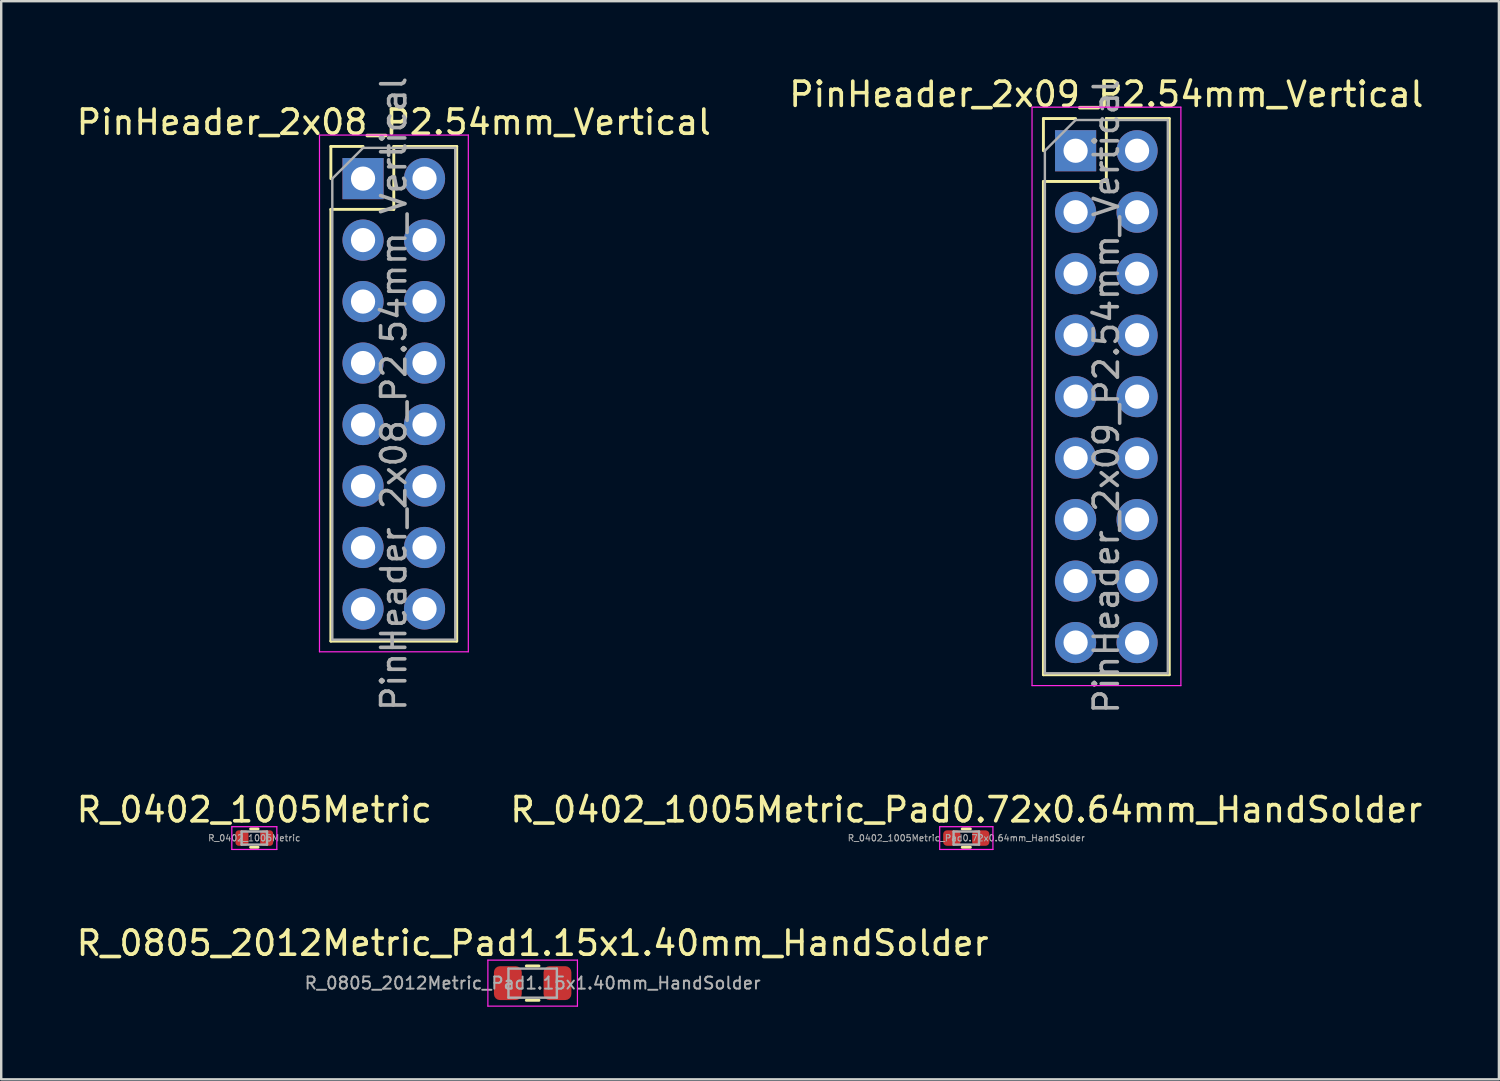
<source format=kicad_pcb>
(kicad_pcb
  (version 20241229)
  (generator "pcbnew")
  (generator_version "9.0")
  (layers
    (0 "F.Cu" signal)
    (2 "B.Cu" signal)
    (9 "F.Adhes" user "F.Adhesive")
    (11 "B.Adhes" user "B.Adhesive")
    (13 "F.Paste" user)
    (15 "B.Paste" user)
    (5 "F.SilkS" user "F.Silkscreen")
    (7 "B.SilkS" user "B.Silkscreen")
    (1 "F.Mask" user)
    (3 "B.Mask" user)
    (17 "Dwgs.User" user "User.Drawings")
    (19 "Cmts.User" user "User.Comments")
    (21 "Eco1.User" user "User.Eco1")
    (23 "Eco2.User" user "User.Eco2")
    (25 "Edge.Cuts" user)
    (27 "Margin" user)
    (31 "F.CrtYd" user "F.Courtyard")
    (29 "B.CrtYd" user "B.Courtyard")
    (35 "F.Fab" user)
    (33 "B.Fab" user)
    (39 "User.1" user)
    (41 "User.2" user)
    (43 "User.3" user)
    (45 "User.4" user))
  (footprint "PinHeader_2x09_P2.54mm_Vertical"
    (layer "F.Cu")
    (at 41.391 3.178)
    (property "Reference" "PinHeader_2x09_P2.54mm_Vertical" (at 1.27 -2.33 0) (layer "F.SilkS") (effects (font (size 1 1) (thickness 0.15))))
    (attr through_hole)
    (fp_line (start -1.33 -1.33) (end 0 -1.33) (stroke (width 0.12) (type solid)) (layer "F.SilkS"))
    (fp_line (start -1.33 0) (end -1.33 -1.33) (stroke (width 0.12) (type solid)) (layer "F.SilkS"))
    (fp_line (start -1.33 1.27) (end -1.33 21.65) (stroke (width 0.12) (type solid)) (layer "F.SilkS"))
    (fp_line (start -1.33 1.27) (end 1.27 1.27) (stroke (width 0.12) (type solid)) (layer "F.SilkS"))
    (fp_line (start -1.33 21.65) (end 3.87 21.65) (stroke (width 0.12) (type solid)) (layer "F.SilkS"))
    (fp_line (start 1.27 -1.33) (end 3.87 -1.33) (stroke (width 0.12) (type solid)) (layer "F.SilkS"))
    (fp_line (start 1.27 1.27) (end 1.27 -1.33) (stroke (width 0.12) (type solid)) (layer "F.SilkS"))
    (fp_line (start 3.87 -1.33) (end 3.87 21.65) (stroke (width 0.12) (type solid)) (layer "F.SilkS"))
    (fp_line (start -1.8 -1.8) (end -1.8 22.1) (stroke (width 0.05) (type solid)) (layer "F.CrtYd"))
    (fp_line (start -1.8 22.1) (end 4.35 22.1) (stroke (width 0.05) (type solid)) (layer "F.CrtYd"))
    (fp_line (start 4.35 -1.8) (end -1.8 -1.8) (stroke (width 0.05) (type solid)) (layer "F.CrtYd"))
    (fp_line (start 4.35 22.1) (end 4.35 -1.8) (stroke (width 0.05) (type solid)) (layer "F.CrtYd"))
    (fp_line (start -1.27 0) (end 0 -1.27) (stroke (width 0.1) (type solid)) (layer "F.Fab"))
    (fp_line (start -1.27 21.59) (end -1.27 0) (stroke (width 0.1) (type solid)) (layer "F.Fab"))
    (fp_line (start 0 -1.27) (end 3.81 -1.27) (stroke (width 0.1) (type solid)) (layer "F.Fab"))
    (fp_line (start 3.81 -1.27) (end 3.81 21.59) (stroke (width 0.1) (type solid)) (layer "F.Fab"))
    (fp_line (start 3.81 21.59) (end -1.27 21.59) (stroke (width 0.1) (type solid)) (layer "F.Fab"))
    (fp_text user "${REFERENCE}" (at 1.27 10.16 90) (layer "F.Fab") (effects (font (size 1 1) (thickness 0.15))))
    (pad "1" thru_hole rect (at 0 0) (size 1.7 1.7) (drill 1) (layers "*.Cu" "*.Mask"))
    (pad "2" thru_hole oval (at 2.54 0) (size 1.7 1.7) (drill 1) (layers "*.Cu" "*.Mask"))
    (pad "3" thru_hole oval (at 0 2.54) (size 1.7 1.7) (drill 1) (layers "*.Cu" "*.Mask"))
    (pad "4" thru_hole oval (at 2.54 2.54) (size 1.7 1.7) (drill 1) (layers "*.Cu" "*.Mask"))
    (pad "5" thru_hole oval (at 0 5.08) (size 1.7 1.7) (drill 1) (layers "*.Cu" "*.Mask"))
    (pad "6" thru_hole oval (at 2.54 5.08) (size 1.7 1.7) (drill 1) (layers "*.Cu" "*.Mask"))
    (pad "7" thru_hole oval (at 0 7.62) (size 1.7 1.7) (drill 1) (layers "*.Cu" "*.Mask"))
    (pad "8" thru_hole oval (at 2.54 7.62) (size 1.7 1.7) (drill 1) (layers "*.Cu" "*.Mask"))
    (pad "9" thru_hole oval (at 0 10.16) (size 1.7 1.7) (drill 1) (layers "*.Cu" "*.Mask"))
    (pad "10" thru_hole oval (at 2.54 10.16) (size 1.7 1.7) (drill 1) (layers "*.Cu" "*.Mask"))
    (pad "11" thru_hole oval (at 0 12.7) (size 1.7 1.7) (drill 1) (layers "*.Cu" "*.Mask"))
    (pad "12" thru_hole oval (at 2.54 12.7) (size 1.7 1.7) (drill 1) (layers "*.Cu" "*.Mask"))
    (pad "13" thru_hole oval (at 0 15.24) (size 1.7 1.7) (drill 1) (layers "*.Cu" "*.Mask"))
    (pad "14" thru_hole oval (at 2.54 15.24) (size 1.7 1.7) (drill 1) (layers "*.Cu" "*.Mask"))
    (pad "15" thru_hole oval (at 0 17.78) (size 1.7 1.7) (drill 1) (layers "*.Cu" "*.Mask"))
    (pad "16" thru_hole oval (at 2.54 17.78) (size 1.7 1.7) (drill 1) (layers "*.Cu" "*.Mask"))
    (pad "17" thru_hole oval (at 0 20.32) (size 1.7 1.7) (drill 1) (layers "*.Cu" "*.Mask"))
    (pad "18" thru_hole oval (at 2.54 20.32) (size 1.7 1.7) (drill 1) (layers "*.Cu" "*.Mask")))
  (footprint "R_0402_1005Metric_Pad0.72x0.64mm_HandSolder"
    (layer "F.Cu")
    (at 36.875 31.577)
    (property "Reference" "R_0402_1005Metric_Pad0.72x0.64mm_HandSolder" (at 0 -1.17 0) (layer "F.SilkS") (effects (font (size 1 1) (thickness 0.15))))
    (attr smd)
    (fp_line (start -0.168 -0.38) (end 0.168 -0.38) (stroke (width 0.12) (type solid)) (layer "F.SilkS"))
    (fp_line (start -0.168 0.38) (end 0.168 0.38) (stroke (width 0.12) (type solid)) (layer "F.SilkS"))
    (fp_line (start -1.1 -0.47) (end 1.1 -0.47) (stroke (width 0.05) (type solid)) (layer "F.CrtYd"))
    (fp_line (start -1.1 0.47) (end -1.1 -0.47) (stroke (width 0.05) (type solid)) (layer "F.CrtYd"))
    (fp_line (start 1.1 -0.47) (end 1.1 0.47) (stroke (width 0.05) (type solid)) (layer "F.CrtYd"))
    (fp_line (start 1.1 0.47) (end -1.1 0.47) (stroke (width 0.05) (type solid)) (layer "F.CrtYd"))
    (fp_line (start -0.525 -0.27) (end 0.525 -0.27) (stroke (width 0.1) (type solid)) (layer "F.Fab"))
    (fp_line (start -0.525 0.27) (end -0.525 -0.27) (stroke (width 0.1) (type solid)) (layer "F.Fab"))
    (fp_line (start 0.525 -0.27) (end 0.525 0.27) (stroke (width 0.1) (type solid)) (layer "F.Fab"))
    (fp_line (start 0.525 0.27) (end -0.525 0.27) (stroke (width 0.1) (type solid)) (layer "F.Fab"))
    (fp_text user "${REFERENCE}" (at 0 0 0) (layer "F.Fab") (effects (font (size 0.26 0.26) (thickness 0.04))))
    (pad "1" smd roundrect (at -0.598 0) (size 0.715 0.64) (layers "F.Cu" "F.Mask" "F.Paste") (roundrect_rratio 0.25))
    (pad "2" smd roundrect (at 0.598 0) (size 0.715 0.64) (layers "F.Cu" "F.Mask" "F.Paste") (roundrect_rratio 0.25)))
  (footprint "R_0402_1005Metric"
    (layer "F.Cu")
    (at 7.458 31.577)
    (property "Reference" "R_0402_1005Metric" (at 0 -1.17 180) (layer "F.SilkS") (effects (font (size 1 1) (thickness 0.15))))
    (attr smd)
    (fp_line (start -0.154 -0.38) (end 0.154 -0.38) (stroke (width 0.12) (type solid)) (layer "F.SilkS"))
    (fp_line (start -0.154 0.38) (end 0.154 0.38) (stroke (width 0.12) (type solid)) (layer "F.SilkS"))
    (fp_line (start -0.93 -0.47) (end 0.93 -0.47) (stroke (width 0.05) (type solid)) (layer "F.CrtYd"))
    (fp_line (start -0.93 0.47) (end -0.93 -0.47) (stroke (width 0.05) (type solid)) (layer "F.CrtYd"))
    (fp_line (start 0.93 -0.47) (end 0.93 0.47) (stroke (width 0.05) (type solid)) (layer "F.CrtYd"))
    (fp_line (start 0.93 0.47) (end -0.93 0.47) (stroke (width 0.05) (type solid)) (layer "F.CrtYd"))
    (fp_line (start -0.525 -0.27) (end 0.525 -0.27) (stroke (width 0.1) (type solid)) (layer "F.Fab"))
    (fp_line (start -0.525 0.27) (end -0.525 -0.27) (stroke (width 0.1) (type solid)) (layer "F.Fab"))
    (fp_line (start 0.525 -0.27) (end 0.525 0.27) (stroke (width 0.1) (type solid)) (layer "F.Fab"))
    (fp_line (start 0.525 0.27) (end -0.525 0.27) (stroke (width 0.1) (type solid)) (layer "F.Fab"))
    (fp_text user "${REFERENCE}" (at 0 0 180) (layer "F.Fab") (effects (font (size 0.26 0.26) (thickness 0.04))))
    (pad "1" smd roundrect (at -0.51 0) (size 0.54 0.64) (layers "F.Cu" "F.Mask" "F.Paste") (roundrect_rratio 0.25))
    (pad "2" smd roundrect (at 0.51 0) (size 0.54 0.64) (layers "F.Cu" "F.Mask" "F.Paste") (roundrect_rratio 0.25)))
  (footprint "PinHeader_2x08_P2.54mm_Vertical"
    (layer "F.Cu")
    (at 11.95 4.33)
    (property "Reference" "PinHeader_2x08_P2.54mm_Vertical" (at 1.27 -2.33 0) (layer "F.SilkS") (effects (font (size 1 1) (thickness 0.15))))
    (attr through_hole)
    (fp_line (start -1.33 -1.33) (end 0 -1.33) (stroke (width 0.12) (type solid)) (layer "F.SilkS"))
    (fp_line (start -1.33 0) (end -1.33 -1.33) (stroke (width 0.12) (type solid)) (layer "F.SilkS"))
    (fp_line (start -1.33 1.27) (end -1.33 19.11) (stroke (width 0.12) (type solid)) (layer "F.SilkS"))
    (fp_line (start -1.33 1.27) (end 1.27 1.27) (stroke (width 0.12) (type solid)) (layer "F.SilkS"))
    (fp_line (start -1.33 19.11) (end 3.87 19.11) (stroke (width 0.12) (type solid)) (layer "F.SilkS"))
    (fp_line (start 1.27 -1.33) (end 3.87 -1.33) (stroke (width 0.12) (type solid)) (layer "F.SilkS"))
    (fp_line (start 1.27 1.27) (end 1.27 -1.33) (stroke (width 0.12) (type solid)) (layer "F.SilkS"))
    (fp_line (start 3.87 -1.33) (end 3.87 19.11) (stroke (width 0.12) (type solid)) (layer "F.SilkS"))
    (fp_line (start -1.8 -1.8) (end -1.8 19.55) (stroke (width 0.05) (type solid)) (layer "F.CrtYd"))
    (fp_line (start -1.8 19.55) (end 4.35 19.55) (stroke (width 0.05) (type solid)) (layer "F.CrtYd"))
    (fp_line (start 4.35 -1.8) (end -1.8 -1.8) (stroke (width 0.05) (type solid)) (layer "F.CrtYd"))
    (fp_line (start 4.35 19.55) (end 4.35 -1.8) (stroke (width 0.05) (type solid)) (layer "F.CrtYd"))
    (fp_line (start -1.27 0) (end 0 -1.27) (stroke (width 0.1) (type solid)) (layer "F.Fab"))
    (fp_line (start -1.27 19.05) (end -1.27 0) (stroke (width 0.1) (type solid)) (layer "F.Fab"))
    (fp_line (start 0 -1.27) (end 3.81 -1.27) (stroke (width 0.1) (type solid)) (layer "F.Fab"))
    (fp_line (start 3.81 -1.27) (end 3.81 19.05) (stroke (width 0.1) (type solid)) (layer "F.Fab"))
    (fp_line (start 3.81 19.05) (end -1.27 19.05) (stroke (width 0.1) (type solid)) (layer "F.Fab"))
    (fp_text user "${REFERENCE}" (at 1.27 8.89 270) (layer "F.Fab") (effects (font (size 1 1) (thickness 0.15))))
    (pad "1" thru_hole rect (at 0 0) (size 1.7 1.7) (drill 1) (layers "*.Cu" "*.Mask"))
    (pad "2" thru_hole oval (at 2.54 0) (size 1.7 1.7) (drill 1) (layers "*.Cu" "*.Mask"))
    (pad "3" thru_hole oval (at 0 2.54) (size 1.7 1.7) (drill 1) (layers "*.Cu" "*.Mask"))
    (pad "4" thru_hole oval (at 2.54 2.54) (size 1.7 1.7) (drill 1) (layers "*.Cu" "*.Mask"))
    (pad "5" thru_hole oval (at 0 5.08) (size 1.7 1.7) (drill 1) (layers "*.Cu" "*.Mask"))
    (pad "6" thru_hole oval (at 2.54 5.08) (size 1.7 1.7) (drill 1) (layers "*.Cu" "*.Mask"))
    (pad "7" thru_hole oval (at 0 7.62) (size 1.7 1.7) (drill 1) (layers "*.Cu" "*.Mask"))
    (pad "8" thru_hole oval (at 2.54 7.62) (size 1.7 1.7) (drill 1) (layers "*.Cu" "*.Mask"))
    (pad "9" thru_hole oval (at 0 10.16) (size 1.7 1.7) (drill 1) (layers "*.Cu" "*.Mask"))
    (pad "10" thru_hole oval (at 2.54 10.16) (size 1.7 1.7) (drill 1) (layers "*.Cu" "*.Mask"))
    (pad "11" thru_hole oval (at 0 12.7) (size 1.7 1.7) (drill 1) (layers "*.Cu" "*.Mask"))
    (pad "12" thru_hole oval (at 2.54 12.7) (size 1.7 1.7) (drill 1) (layers "*.Cu" "*.Mask"))
    (pad "13" thru_hole oval (at 0 15.24) (size 1.7 1.7) (drill 1) (layers "*.Cu" "*.Mask"))
    (pad "14" thru_hole oval (at 2.54 15.24) (size 1.7 1.7) (drill 1) (layers "*.Cu" "*.Mask"))
    (pad "15" thru_hole oval (at 0 17.78) (size 1.7 1.7) (drill 1) (layers "*.Cu" "*.Mask"))
    (pad "16" thru_hole oval (at 2.54 17.78) (size 1.7 1.7) (drill 1) (layers "*.Cu" "*.Mask")))
  (footprint "R_0805_2012Metric_Pad1.15x1.40mm_HandSolder"
    (layer "F.Cu")
    (at 18.958 37.57)
    (property "Reference" "R_0805_2012Metric_Pad1.15x1.40mm_HandSolder" (at 0 -1.65 180) (layer "F.SilkS") (effects (font (size 1 1) (thickness 0.15))))
    (attr smd)
    (fp_line (start -0.261 -0.71) (end 0.261 -0.71) (stroke (width 0.12) (type solid)) (layer "F.SilkS"))
    (fp_line (start -0.261 0.71) (end 0.261 0.71) (stroke (width 0.12) (type solid)) (layer "F.SilkS"))
    (fp_line (start -1.85 -0.95) (end 1.85 -0.95) (stroke (width 0.05) (type solid)) (layer "F.CrtYd"))
    (fp_line (start -1.85 0.95) (end -1.85 -0.95) (stroke (width 0.05) (type solid)) (layer "F.CrtYd"))
    (fp_line (start 1.85 -0.95) (end 1.85 0.95) (stroke (width 0.05) (type solid)) (layer "F.CrtYd"))
    (fp_line (start 1.85 0.95) (end -1.85 0.95) (stroke (width 0.05) (type solid)) (layer "F.CrtYd"))
    (fp_line (start -1 -0.6) (end 1 -0.6) (stroke (width 0.1) (type solid)) (layer "F.Fab"))
    (fp_line (start -1 0.6) (end -1 -0.6) (stroke (width 0.1) (type solid)) (layer "F.Fab"))
    (fp_line (start 1 -0.6) (end 1 0.6) (stroke (width 0.1) (type solid)) (layer "F.Fab"))
    (fp_line (start 1 0.6) (end -1 0.6) (stroke (width 0.1) (type solid)) (layer "F.Fab"))
    (fp_text user "${REFERENCE}" (at 0 0 180) (layer "F.Fab") (effects (font (size 0.5 0.5) (thickness 0.08))))
    (pad "1" smd roundrect (at -1.025 0) (size 1.15 1.4) (layers "F.Cu" "F.Mask" "F.Paste") (roundrect_rratio 0.217))
    (pad "2" smd roundrect (at 1.025 0) (size 1.15 1.4) (layers "F.Cu" "F.Mask" "F.Paste") (roundrect_rratio 0.217)))
  (gr_rect
    (start -3 -3)
    (end 58.881 41.545)
    (stroke (width 0.1) (type default))
    (fill no)
    (layer "Edge.Cuts")))
</source>
